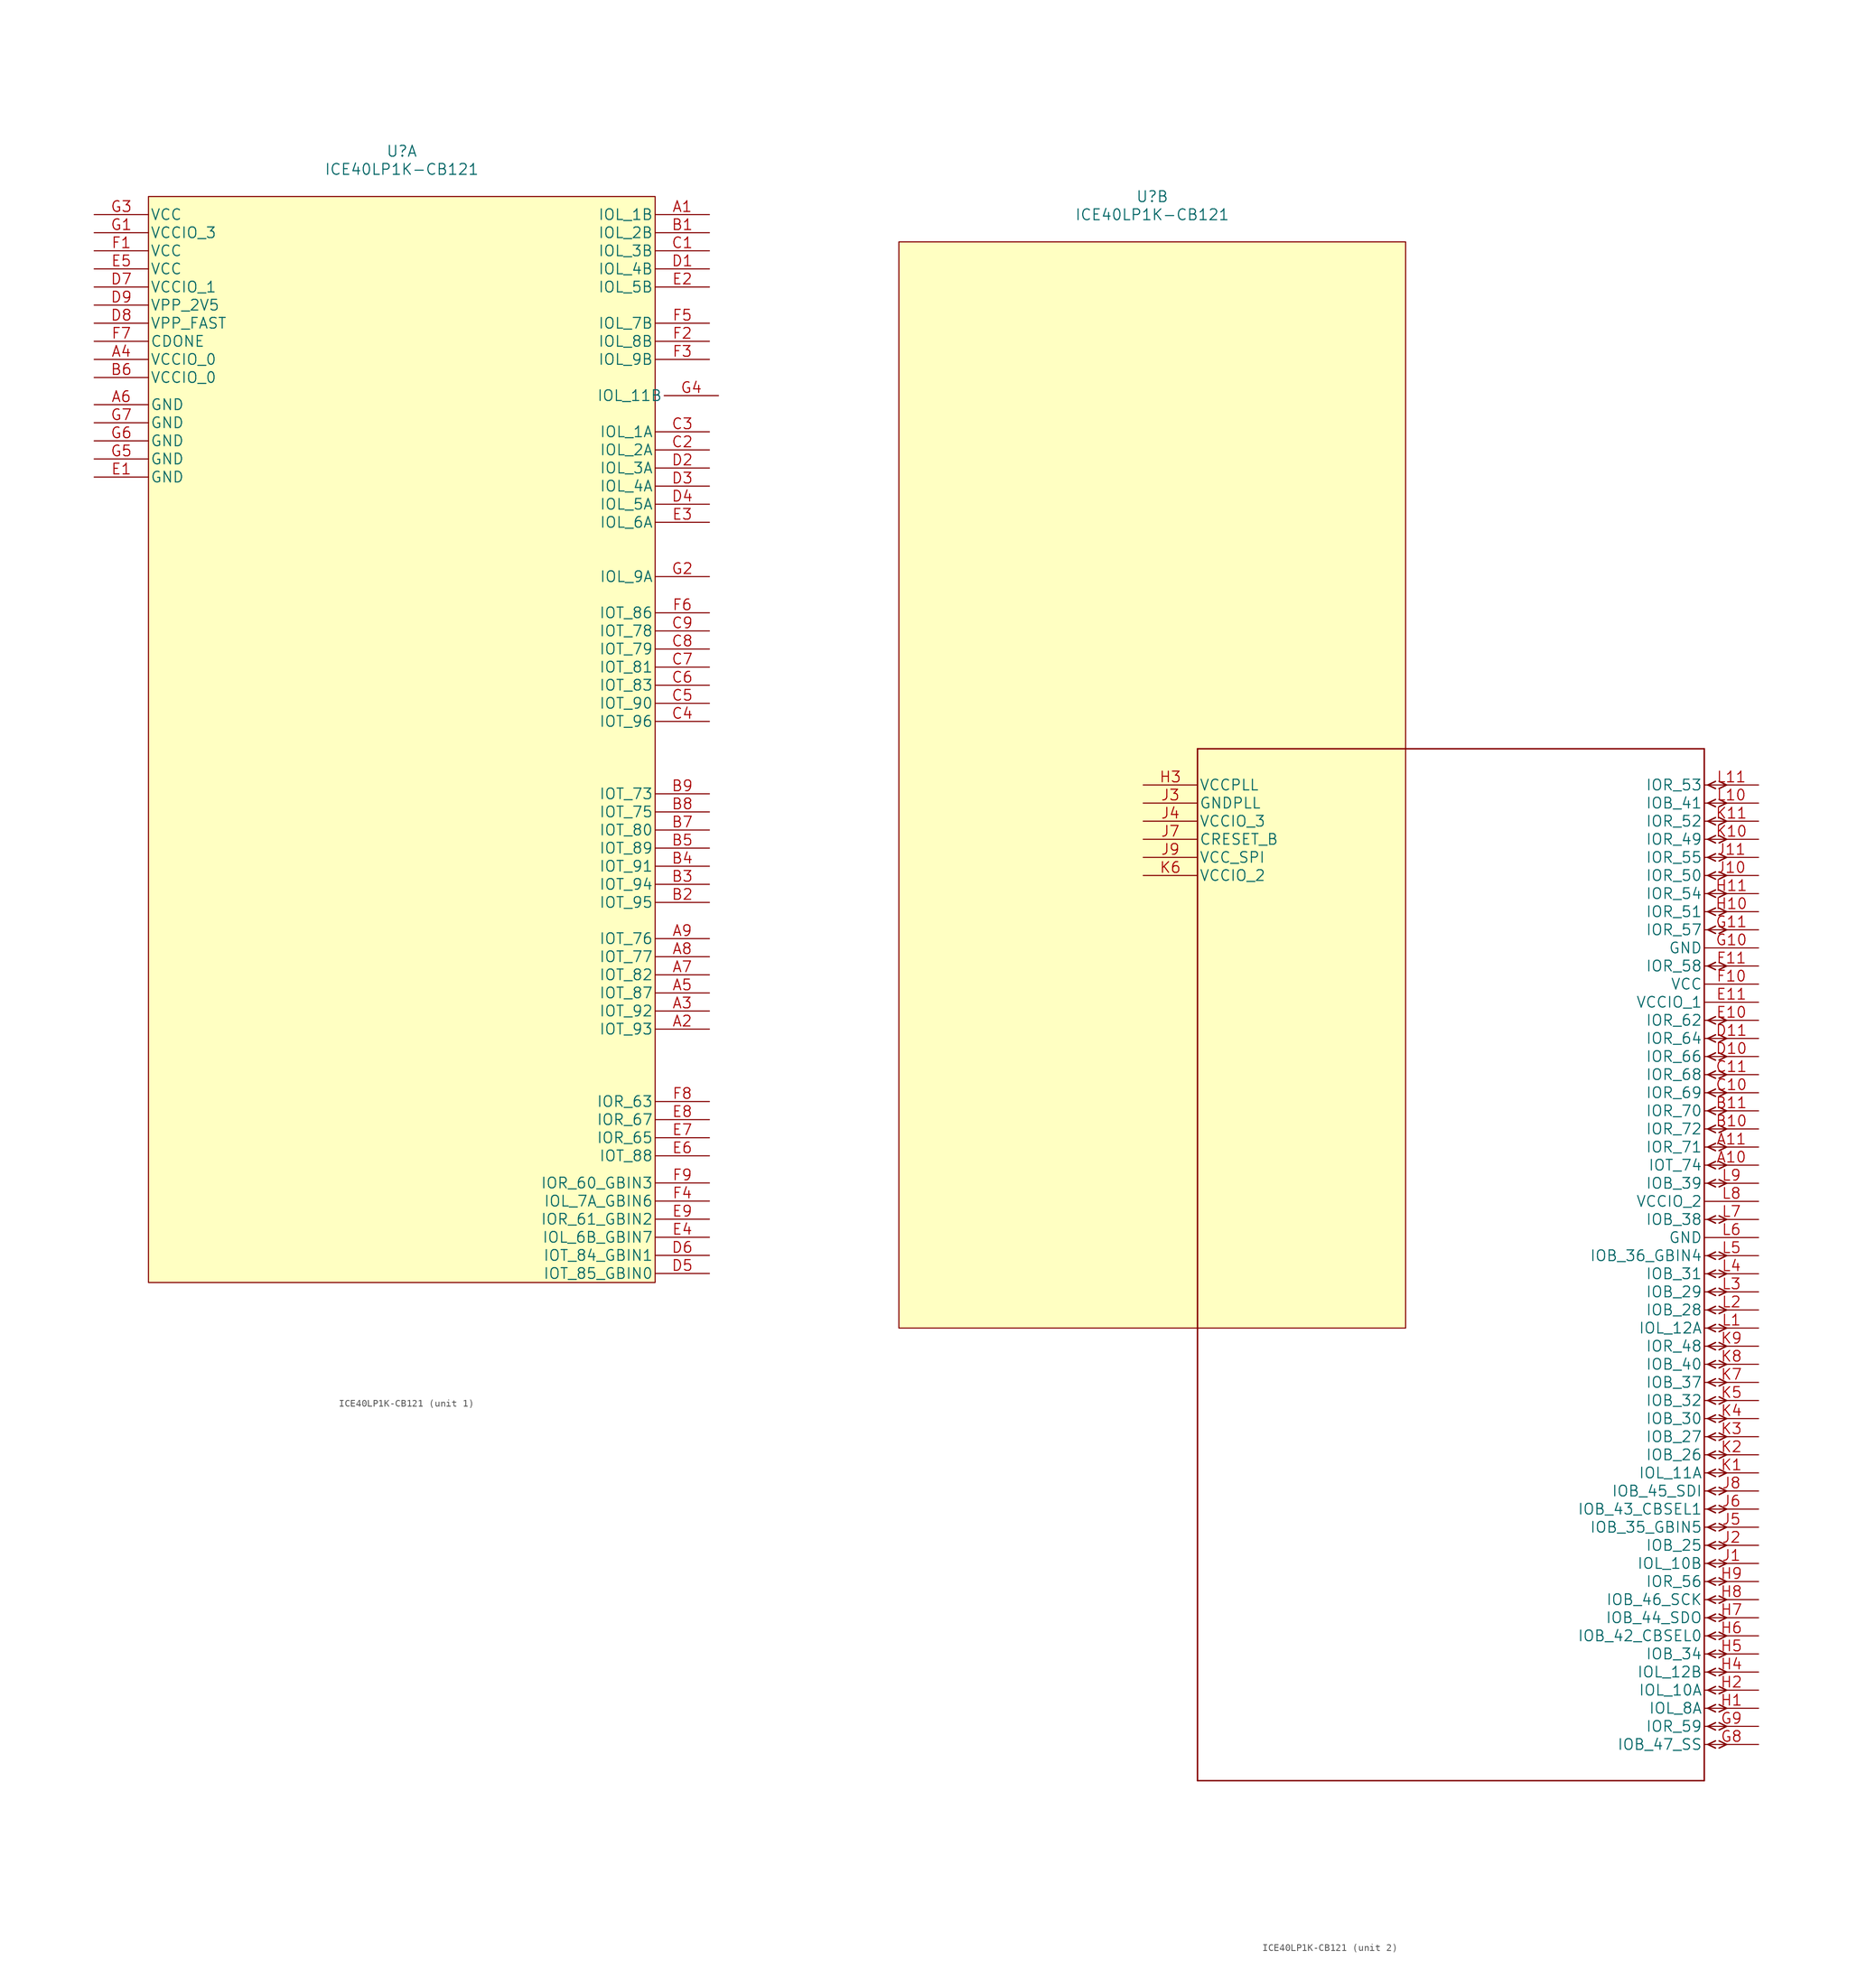
<source format=kicad_sym>
(kicad_symbol_lib
  (version 20220914)
  (generator kicad_symbol_editor)
  (symbol "ICE40LP1K-CB121"
    (pin_names
      (offset 0.254))
    (property "Reference" "U"
      (at 1.27 82.55 0)
      (effects (font (size 1.524 1.524))))
    (property "Value" "ICE40LP1K-CB121"
      (at 1.27 80.01 0)
      (effects (font (size 1.524 1.524))))
    (symbol "ICE40LP1K-CB121_0_1"
      (rectangle (start -34.29 76.2) (end 36.83 -76.2) (stroke (width 0) (type default)) (fill (type background))))
    (symbol "ICE40LP1K-CB121_1_1"
      (pin bidirectional line (at 44.45 73.66 180) (length 7.62) (name "IOL_1B" (effects (font (size 1.499 1.499)))) (number "A1" (effects (font (size 1.499 1.499)))))
      (pin bidirectional line (at 44.45 -40.64 180) (length 7.62) (name "IOT_93" (effects (font (size 1.499 1.499)))) (number "A2" (effects (font (size 1.499 1.499)))))
      (pin bidirectional line (at 44.45 -38.1 180) (length 7.62) (name "IOT_92" (effects (font (size 1.499 1.499)))) (number "A3" (effects (font (size 1.499 1.499)))))
      (pin power_in line (at -41.91 53.34 0) (length 7.62) (name "VCCIO_0" (effects (font (size 1.499 1.499)))) (number "A4" (effects (font (size 1.499 1.499)))))
      (pin bidirectional line (at 44.45 -35.56 180) (length 7.62) (name "IOT_87" (effects (font (size 1.499 1.499)))) (number "A5" (effects (font (size 1.499 1.499)))))
      (pin power_in line (at -41.91 46.99 0) (length 7.62) (name "GND" (effects (font (size 1.499 1.499)))) (number "A6" (effects (font (size 1.499 1.499)))))
      (pin bidirectional line (at 44.45 -33.02 180) (length 7.62) (name "IOT_82" (effects (font (size 1.499 1.499)))) (number "A7" (effects (font (size 1.499 1.499)))))
      (pin bidirectional line (at 44.45 -30.48 180) (length 7.62) (name "IOT_77" (effects (font (size 1.499 1.499)))) (number "A8" (effects (font (size 1.499 1.499)))))
      (pin bidirectional line (at 44.45 -27.94 180) (length 7.62) (name "IOT_76" (effects (font (size 1.499 1.499)))) (number "A9" (effects (font (size 1.499 1.499)))))
      (pin bidirectional line (at 44.45 71.12 180) (length 7.62) (name "IOL_2B" (effects (font (size 1.499 1.499)))) (number "B1" (effects (font (size 1.499 1.499)))))
      (pin bidirectional line (at 44.45 -22.86 180) (length 7.62) (name "IOT_95" (effects (font (size 1.499 1.499)))) (number "B2" (effects (font (size 1.499 1.499)))))
      (pin bidirectional line (at 44.45 -20.32 180) (length 7.62) (name "IOT_94" (effects (font (size 1.499 1.499)))) (number "B3" (effects (font (size 1.499 1.499)))))
      (pin bidirectional line (at 44.45 -17.78 180) (length 7.62) (name "IOT_91" (effects (font (size 1.499 1.499)))) (number "B4" (effects (font (size 1.499 1.499)))))
      (pin bidirectional line (at 44.45 -15.24 180) (length 7.62) (name "IOT_89" (effects (font (size 1.499 1.499)))) (number "B5" (effects (font (size 1.499 1.499)))))
      (pin power_in line (at -41.91 50.8 0) (length 7.62) (name "VCCIO_0" (effects (font (size 1.499 1.499)))) (number "B6" (effects (font (size 1.499 1.499)))))
      (pin bidirectional line (at 44.45 -12.7 180) (length 7.62) (name "IOT_80" (effects (font (size 1.499 1.499)))) (number "B7" (effects (font (size 1.499 1.499)))))
      (pin bidirectional line (at 44.45 -10.16 180) (length 7.62) (name "IOT_75" (effects (font (size 1.499 1.499)))) (number "B8" (effects (font (size 1.499 1.499)))))
      (pin bidirectional line (at 44.45 -7.62 180) (length 7.62) (name "IOT_73" (effects (font (size 1.499 1.499)))) (number "B9" (effects (font (size 1.499 1.499)))))
      (pin bidirectional line (at 44.45 68.58 180) (length 7.62) (name "IOL_3B" (effects (font (size 1.499 1.499)))) (number "C1" (effects (font (size 1.499 1.499)))))
      (pin bidirectional line (at 44.45 40.64 180) (length 7.62) (name "IOL_2A" (effects (font (size 1.499 1.499)))) (number "C2" (effects (font (size 1.499 1.499)))))
      (pin bidirectional line (at 44.45 43.18 180) (length 7.62) (name "IOL_1A" (effects (font (size 1.499 1.499)))) (number "C3" (effects (font (size 1.499 1.499)))))
      (pin bidirectional line (at 44.45 2.54 180) (length 7.62) (name "IOT_96" (effects (font (size 1.499 1.499)))) (number "C4" (effects (font (size 1.499 1.499)))))
      (pin bidirectional line (at 44.45 5.08 180) (length 7.62) (name "IOT_90" (effects (font (size 1.499 1.499)))) (number "C5" (effects (font (size 1.499 1.499)))))
      (pin bidirectional line (at 44.45 7.62 180) (length 7.62) (name "IOT_83" (effects (font (size 1.499 1.499)))) (number "C6" (effects (font (size 1.499 1.499)))))
      (pin bidirectional line (at 44.45 10.16 180) (length 7.62) (name "IOT_81" (effects (font (size 1.499 1.499)))) (number "C7" (effects (font (size 1.499 1.499)))))
      (pin bidirectional line (at 44.45 12.7 180) (length 7.62) (name "IOT_79" (effects (font (size 1.499 1.499)))) (number "C8" (effects (font (size 1.499 1.499)))))
      (pin bidirectional line (at 44.45 15.24 180) (length 7.62) (name "IOT_78" (effects (font (size 1.499 1.499)))) (number "C9" (effects (font (size 1.499 1.499)))))
      (pin bidirectional line (at 44.45 66.04 180) (length 7.62) (name "IOL_4B" (effects (font (size 1.499 1.499)))) (number "D1" (effects (font (size 1.499 1.499)))))
      (pin bidirectional line (at 44.45 38.1 180) (length 7.62) (name "IOL_3A" (effects (font (size 1.499 1.499)))) (number "D2" (effects (font (size 1.499 1.499)))))
      (pin bidirectional line (at 44.45 35.56 180) (length 7.62) (name "IOL_4A" (effects (font (size 1.499 1.499)))) (number "D3" (effects (font (size 1.499 1.499)))))
      (pin bidirectional line (at 44.45 33.02 180) (length 7.62) (name "IOL_5A" (effects (font (size 1.499 1.499)))) (number "D4" (effects (font (size 1.499 1.499)))))
      (pin bidirectional line (at 44.45 -74.93 180) (length 7.62) (name "IOT_85_GBIN0" (effects (font (size 1.499 1.499)))) (number "D5" (effects (font (size 1.499 1.499)))))
      (pin bidirectional line (at 44.45 -72.39 180) (length 7.62) (name "IOT_84_GBIN1" (effects (font (size 1.499 1.499)))) (number "D6" (effects (font (size 1.499 1.499)))))
      (pin power_in line (at -41.91 63.5 0) (length 7.62) (name "VCCIO_1" (effects (font (size 1.499 1.499)))) (number "D7" (effects (font (size 1.499 1.499)))))
      (pin power_in line (at -41.91 58.42 0) (length 7.62) (name "VPP_FAST" (effects (font (size 1.499 1.499)))) (number "D8" (effects (font (size 1.499 1.499)))))
      (pin power_in line (at -41.91 60.96 0) (length 7.62) (name "VPP_2V5" (effects (font (size 1.499 1.499)))) (number "D9" (effects (font (size 1.499 1.499)))))
      (pin power_in line (at -41.91 36.83 0) (length 7.62) (name "GND" (effects (font (size 1.499 1.499)))) (number "E1" (effects (font (size 1.499 1.499)))))
      (pin bidirectional line (at 44.45 63.5 180) (length 7.62) (name "IOL_5B" (effects (font (size 1.499 1.499)))) (number "E2" (effects (font (size 1.499 1.499)))))
      (pin bidirectional line (at 44.45 30.48 180) (length 7.62) (name "IOL_6A" (effects (font (size 1.499 1.499)))) (number "E3" (effects (font (size 1.499 1.499)))))
      (pin bidirectional line (at 44.45 -69.85 180) (length 7.62) (name "IOL_6B_GBIN7" (effects (font (size 1.499 1.499)))) (number "E4" (effects (font (size 1.499 1.499)))))
      (pin power_in line (at -41.91 66.04 0) (length 7.62) (name "VCC" (effects (font (size 1.499 1.499)))) (number "E5" (effects (font (size 1.499 1.499)))))
      (pin bidirectional line (at 44.45 -58.42 180) (length 7.62) (name "IOT_88" (effects (font (size 1.499 1.499)))) (number "E6" (effects (font (size 1.499 1.499)))))
      (pin bidirectional line (at 44.45 -55.88 180) (length 7.62) (name "IOR_65" (effects (font (size 1.499 1.499)))) (number "E7" (effects (font (size 1.499 1.499)))))
      (pin bidirectional line (at 44.45 -53.34 180) (length 7.62) (name "IOR_67" (effects (font (size 1.499 1.499)))) (number "E8" (effects (font (size 1.499 1.499)))))
      (pin bidirectional line (at 44.45 -67.31 180) (length 7.62) (name "IOR_61_GBIN2" (effects (font (size 1.499 1.499)))) (number "E9" (effects (font (size 1.499 1.499)))))
      (pin power_in line (at -41.91 68.58 0) (length 7.62) (name "VCC" (effects (font (size 1.499 1.499)))) (number "F1" (effects (font (size 1.499 1.499)))))
      (pin bidirectional line (at 44.45 55.88 180) (length 7.62) (name "IOL_8B" (effects (font (size 1.499 1.499)))) (number "F2" (effects (font (size 1.499 1.499)))))
      (pin bidirectional line (at 44.45 53.34 180) (length 7.62) (name "IOL_9B" (effects (font (size 1.499 1.499)))) (number "F3" (effects (font (size 1.499 1.499)))))
      (pin bidirectional line (at 44.45 -64.77 180) (length 7.62) (name "IOL_7A_GBIN6" (effects (font (size 1.499 1.499)))) (number "F4" (effects (font (size 1.499 1.499)))))
      (pin bidirectional line (at 44.45 58.42 180) (length 7.62) (name "IOL_7B" (effects (font (size 1.499 1.499)))) (number "F5" (effects (font (size 1.499 1.499)))))
      (pin bidirectional line (at 44.45 17.78 180) (length 7.62) (name "IOT_86" (effects (font (size 1.499 1.499)))) (number "F6" (effects (font (size 1.499 1.499)))))
      (pin unspecified line (at -41.91 55.88 0) (length 7.62) (name "CDONE" (effects (font (size 1.499 1.499)))) (number "F7" (effects (font (size 1.499 1.499)))))
      (pin bidirectional line (at 44.45 -50.8 180) (length 7.62) (name "IOR_63" (effects (font (size 1.499 1.499)))) (number "F8" (effects (font (size 1.499 1.499)))))
      (pin bidirectional line (at 44.45 -62.23 180) (length 7.62) (name "IOR_60_GBIN3" (effects (font (size 1.499 1.499)))) (number "F9" (effects (font (size 1.499 1.499)))))
      (pin power_in line (at -41.91 71.12 0) (length 7.62) (name "VCCIO_3" (effects (font (size 1.499 1.499)))) (number "G1" (effects (font (size 1.499 1.499)))))
      (pin bidirectional line (at 44.45 22.86 180) (length 7.62) (name "IOL_9A" (effects (font (size 1.499 1.499)))) (number "G2" (effects (font (size 1.499 1.499)))))
      (pin power_in line (at -41.91 73.66 0) (length 7.62) (name "VCC" (effects (font (size 1.499 1.499)))) (number "G3" (effects (font (size 1.499 1.499)))))
      (pin bidirectional line (at 45.72 48.26 180) (length 7.62) (name "IOL_11B" (effects (font (size 1.499 1.499)))) (number "G4" (effects (font (size 1.499 1.499)))))
      (pin power_in line (at -41.91 39.37 0) (length 7.62) (name "GND" (effects (font (size 1.499 1.499)))) (number "G5" (effects (font (size 1.499 1.499)))))
      (pin power_in line (at -41.91 41.91 0) (length 7.62) (name "GND" (effects (font (size 1.499 1.499)))) (number "G6" (effects (font (size 1.499 1.499)))))
      (pin power_in line (at -41.91 44.45 0) (length 7.62) (name "GND" (effects (font (size 1.499 1.499)))) (number "G7" (effects (font (size 1.499 1.499))))))
    (symbol "ICE40LP1K-CB121_2_1"
      (polyline (pts (xy 7.62 -139.7) (xy 78.74 -139.7)) (stroke (width 0.203) (type solid)) (fill (type none)))
      (polyline (pts (xy 7.62 5.08) (xy 7.62 -139.7)) (stroke (width 0.203) (type solid)) (fill (type none)))
      (polyline (pts (xy 78.74 -139.7) (xy 78.74 5.08)) (stroke (width 0.203) (type solid)) (fill (type none)))
      (polyline (pts (xy 78.74 5.08) (xy 7.62 5.08)) (stroke (width 0.203) (type solid)) (fill (type none)))
      (polyline (pts (xy 79.248 -134.62) (xy 80.315 -135.128)) (stroke (width 0.203) (type solid)) (fill (type none)))
      (polyline (pts (xy 79.248 -134.62) (xy 80.315 -134.112)) (stroke (width 0.203) (type solid)) (fill (type none)))
      (polyline (pts (xy 79.248 -132.08) (xy 80.315 -132.588)) (stroke (width 0.203) (type solid)) (fill (type none)))
      (polyline (pts (xy 79.248 -132.08) (xy 80.315 -131.572)) (stroke (width 0.203) (type solid)) (fill (type none)))
      (polyline (pts (xy 79.248 -129.54) (xy 80.315 -130.048)) (stroke (width 0.203) (type solid)) (fill (type none)))
      (polyline (pts (xy 79.248 -129.54) (xy 80.315 -129.032)) (stroke (width 0.203) (type solid)) (fill (type none)))
      (polyline (pts (xy 79.248 -127) (xy 80.315 -127.508)) (stroke (width 0.203) (type solid)) (fill (type none)))
      (polyline (pts (xy 79.248 -127) (xy 80.315 -126.492)) (stroke (width 0.203) (type solid)) (fill (type none)))
      (polyline (pts (xy 79.248 -124.46) (xy 80.315 -124.968)) (stroke (width 0.203) (type solid)) (fill (type none)))
      (polyline (pts (xy 79.248 -124.46) (xy 80.315 -123.952)) (stroke (width 0.203) (type solid)) (fill (type none)))
      (polyline (pts (xy 79.248 -121.92) (xy 80.315 -122.428)) (stroke (width 0.203) (type solid)) (fill (type none)))
      (polyline (pts (xy 79.248 -121.92) (xy 80.315 -121.412)) (stroke (width 0.203) (type solid)) (fill (type none)))
      (polyline (pts (xy 79.248 -119.38) (xy 80.315 -119.888)) (stroke (width 0.203) (type solid)) (fill (type none)))
      (polyline (pts (xy 79.248 -119.38) (xy 80.315 -118.872)) (stroke (width 0.203) (type solid)) (fill (type none)))
      (polyline (pts (xy 79.248 -116.84) (xy 80.315 -117.348)) (stroke (width 0.203) (type solid)) (fill (type none)))
      (polyline (pts (xy 79.248 -116.84) (xy 80.315 -116.332)) (stroke (width 0.203) (type solid)) (fill (type none)))
      (polyline (pts (xy 79.248 -114.3) (xy 80.315 -114.808)) (stroke (width 0.203) (type solid)) (fill (type none)))
      (polyline (pts (xy 79.248 -114.3) (xy 80.315 -113.792)) (stroke (width 0.203) (type solid)) (fill (type none)))
      (polyline (pts (xy 79.248 -111.76) (xy 80.315 -112.268)) (stroke (width 0.203) (type solid)) (fill (type none)))
      (polyline (pts (xy 79.248 -111.76) (xy 80.315 -111.252)) (stroke (width 0.203) (type solid)) (fill (type none)))
      (polyline (pts (xy 79.248 -109.22) (xy 80.315 -109.728)) (stroke (width 0.203) (type solid)) (fill (type none)))
      (polyline (pts (xy 79.248 -109.22) (xy 80.315 -108.712)) (stroke (width 0.203) (type solid)) (fill (type none)))
      (polyline (pts (xy 79.248 -106.68) (xy 80.315 -107.188)) (stroke (width 0.203) (type solid)) (fill (type none)))
      (polyline (pts (xy 79.248 -106.68) (xy 80.315 -106.172)) (stroke (width 0.203) (type solid)) (fill (type none)))
      (polyline (pts (xy 79.248 -104.14) (xy 80.315 -104.648)) (stroke (width 0.203) (type solid)) (fill (type none)))
      (polyline (pts (xy 79.248 -104.14) (xy 80.315 -103.632)) (stroke (width 0.203) (type solid)) (fill (type none)))
      (polyline (pts (xy 79.248 -101.6) (xy 80.315 -102.108)) (stroke (width 0.203) (type solid)) (fill (type none)))
      (polyline (pts (xy 79.248 -101.6) (xy 80.315 -101.092)) (stroke (width 0.203) (type solid)) (fill (type none)))
      (polyline (pts (xy 79.248 -99.06) (xy 80.315 -99.568)) (stroke (width 0.203) (type solid)) (fill (type none)))
      (polyline (pts (xy 79.248 -99.06) (xy 80.315 -98.552)) (stroke (width 0.203) (type solid)) (fill (type none)))
      (polyline (pts (xy 79.248 -96.52) (xy 80.315 -97.028)) (stroke (width 0.203) (type solid)) (fill (type none)))
      (polyline (pts (xy 79.248 -96.52) (xy 80.315 -96.012)) (stroke (width 0.203) (type solid)) (fill (type none)))
      (polyline (pts (xy 79.248 -93.98) (xy 80.315 -94.488)) (stroke (width 0.203) (type solid)) (fill (type none)))
      (polyline (pts (xy 79.248 -93.98) (xy 80.315 -93.472)) (stroke (width 0.203) (type solid)) (fill (type none)))
      (polyline (pts (xy 79.248 -91.44) (xy 80.315 -91.948)) (stroke (width 0.203) (type solid)) (fill (type none)))
      (polyline (pts (xy 79.248 -91.44) (xy 80.315 -90.932)) (stroke (width 0.203) (type solid)) (fill (type none)))
      (polyline (pts (xy 79.248 -88.9) (xy 80.315 -89.408)) (stroke (width 0.203) (type solid)) (fill (type none)))
      (polyline (pts (xy 79.248 -88.9) (xy 80.315 -88.392)) (stroke (width 0.203) (type solid)) (fill (type none)))
      (polyline (pts (xy 79.248 -86.36) (xy 80.315 -86.868)) (stroke (width 0.203) (type solid)) (fill (type none)))
      (polyline (pts (xy 79.248 -86.36) (xy 80.315 -85.852)) (stroke (width 0.203) (type solid)) (fill (type none)))
      (polyline (pts (xy 79.248 -83.82) (xy 80.315 -84.328)) (stroke (width 0.203) (type solid)) (fill (type none)))
      (polyline (pts (xy 79.248 -83.82) (xy 80.315 -83.312)) (stroke (width 0.203) (type solid)) (fill (type none)))
      (polyline (pts (xy 79.248 -81.28) (xy 80.315 -81.788)) (stroke (width 0.203) (type solid)) (fill (type none)))
      (polyline (pts (xy 79.248 -81.28) (xy 80.315 -80.772)) (stroke (width 0.203) (type solid)) (fill (type none)))
      (polyline (pts (xy 79.248 -78.74) (xy 80.315 -79.248)) (stroke (width 0.203) (type solid)) (fill (type none)))
      (polyline (pts (xy 79.248 -78.74) (xy 80.315 -78.232)) (stroke (width 0.203) (type solid)) (fill (type none)))
      (polyline (pts (xy 79.248 -76.2) (xy 80.315 -76.708)) (stroke (width 0.203) (type solid)) (fill (type none)))
      (polyline (pts (xy 79.248 -76.2) (xy 80.315 -75.692)) (stroke (width 0.203) (type solid)) (fill (type none)))
      (polyline (pts (xy 79.248 -73.66) (xy 80.315 -74.168)) (stroke (width 0.203) (type solid)) (fill (type none)))
      (polyline (pts (xy 79.248 -73.66) (xy 80.315 -73.152)) (stroke (width 0.203) (type solid)) (fill (type none)))
      (polyline (pts (xy 79.248 -71.12) (xy 80.315 -71.628)) (stroke (width 0.203) (type solid)) (fill (type none)))
      (polyline (pts (xy 79.248 -71.12) (xy 80.315 -70.612)) (stroke (width 0.203) (type solid)) (fill (type none)))
      (polyline (pts (xy 79.248 -68.58) (xy 80.315 -69.088)) (stroke (width 0.203) (type solid)) (fill (type none)))
      (polyline (pts (xy 79.248 -68.58) (xy 80.315 -68.072)) (stroke (width 0.203) (type solid)) (fill (type none)))
      (polyline (pts (xy 79.248 -66.04) (xy 80.315 -66.548)) (stroke (width 0.203) (type solid)) (fill (type none)))
      (polyline (pts (xy 79.248 -66.04) (xy 80.315 -65.532)) (stroke (width 0.203) (type solid)) (fill (type none)))
      (polyline (pts (xy 79.248 -60.96) (xy 80.315 -61.468)) (stroke (width 0.203) (type solid)) (fill (type none)))
      (polyline (pts (xy 79.248 -60.96) (xy 80.315 -60.452)) (stroke (width 0.203) (type solid)) (fill (type none)))
      (polyline (pts (xy 79.248 -55.88) (xy 80.315 -56.388)) (stroke (width 0.203) (type solid)) (fill (type none)))
      (polyline (pts (xy 79.248 -55.88) (xy 80.315 -55.372)) (stroke (width 0.203) (type solid)) (fill (type none)))
      (polyline (pts (xy 79.248 -53.34) (xy 80.315 -53.848)) (stroke (width 0.203) (type solid)) (fill (type none)))
      (polyline (pts (xy 79.248 -53.34) (xy 80.315 -52.832)) (stroke (width 0.203) (type solid)) (fill (type none)))
      (polyline (pts (xy 79.248 -50.8) (xy 80.315 -51.308)) (stroke (width 0.203) (type solid)) (fill (type none)))
      (polyline (pts (xy 79.248 -50.8) (xy 80.315 -50.292)) (stroke (width 0.203) (type solid)) (fill (type none)))
      (polyline (pts (xy 79.248 -48.26) (xy 80.315 -48.768)) (stroke (width 0.203) (type solid)) (fill (type none)))
      (polyline (pts (xy 79.248 -48.26) (xy 80.315 -47.752)) (stroke (width 0.203) (type solid)) (fill (type none)))
      (polyline (pts (xy 79.248 -45.72) (xy 80.315 -46.228)) (stroke (width 0.203) (type solid)) (fill (type none)))
      (polyline (pts (xy 79.248 -45.72) (xy 80.315 -45.212)) (stroke (width 0.203) (type solid)) (fill (type none)))
      (polyline (pts (xy 79.248 -43.18) (xy 80.315 -43.688)) (stroke (width 0.203) (type solid)) (fill (type none)))
      (polyline (pts (xy 79.248 -43.18) (xy 80.315 -42.672)) (stroke (width 0.203) (type solid)) (fill (type none)))
      (polyline (pts (xy 79.248 -40.64) (xy 80.315 -41.148)) (stroke (width 0.203) (type solid)) (fill (type none)))
      (polyline (pts (xy 79.248 -40.64) (xy 80.315 -40.132)) (stroke (width 0.203) (type solid)) (fill (type none)))
      (polyline (pts (xy 79.248 -38.1) (xy 80.315 -38.608)) (stroke (width 0.203) (type solid)) (fill (type none)))
      (polyline (pts (xy 79.248 -38.1) (xy 80.315 -37.592)) (stroke (width 0.203) (type solid)) (fill (type none)))
      (polyline (pts (xy 79.248 -35.56) (xy 80.315 -36.068)) (stroke (width 0.203) (type solid)) (fill (type none)))
      (polyline (pts (xy 79.248 -35.56) (xy 80.315 -35.052)) (stroke (width 0.203) (type solid)) (fill (type none)))
      (polyline (pts (xy 79.248 -33.02) (xy 80.315 -33.528)) (stroke (width 0.203) (type solid)) (fill (type none)))
      (polyline (pts (xy 79.248 -33.02) (xy 80.315 -32.512)) (stroke (width 0.203) (type solid)) (fill (type none)))
      (polyline (pts (xy 79.248 -25.4) (xy 80.315 -25.908)) (stroke (width 0.203) (type solid)) (fill (type none)))
      (polyline (pts (xy 79.248 -25.4) (xy 80.315 -24.892)) (stroke (width 0.203) (type solid)) (fill (type none)))
      (polyline (pts (xy 79.248 -20.32) (xy 80.315 -20.828)) (stroke (width 0.203) (type solid)) (fill (type none)))
      (polyline (pts (xy 79.248 -20.32) (xy 80.315 -19.812)) (stroke (width 0.203) (type solid)) (fill (type none)))
      (polyline (pts (xy 79.248 -17.78) (xy 80.315 -18.288)) (stroke (width 0.203) (type solid)) (fill (type none)))
      (polyline (pts (xy 79.248 -17.78) (xy 80.315 -17.272)) (stroke (width 0.203) (type solid)) (fill (type none)))
      (polyline (pts (xy 79.248 -15.24) (xy 80.315 -15.748)) (stroke (width 0.203) (type solid)) (fill (type none)))
      (polyline (pts (xy 79.248 -15.24) (xy 80.315 -14.732)) (stroke (width 0.203) (type solid)) (fill (type none)))
      (polyline (pts (xy 79.248 -12.7) (xy 80.315 -13.208)) (stroke (width 0.203) (type solid)) (fill (type none)))
      (polyline (pts (xy 79.248 -12.7) (xy 80.315 -12.192)) (stroke (width 0.203) (type solid)) (fill (type none)))
      (polyline (pts (xy 79.248 -10.16) (xy 80.315 -10.668)) (stroke (width 0.203) (type solid)) (fill (type none)))
      (polyline (pts (xy 79.248 -10.16) (xy 80.315 -9.652)) (stroke (width 0.203) (type solid)) (fill (type none)))
      (polyline (pts (xy 79.248 -7.62) (xy 80.315 -8.128)) (stroke (width 0.203) (type solid)) (fill (type none)))
      (polyline (pts (xy 79.248 -7.62) (xy 80.315 -7.112)) (stroke (width 0.203) (type solid)) (fill (type none)))
      (polyline (pts (xy 79.248 -5.08) (xy 80.315 -5.588)) (stroke (width 0.203) (type solid)) (fill (type none)))
      (polyline (pts (xy 79.248 -5.08) (xy 80.315 -4.572)) (stroke (width 0.203) (type solid)) (fill (type none)))
      (polyline (pts (xy 79.248 -2.54) (xy 80.315 -3.048)) (stroke (width 0.203) (type solid)) (fill (type none)))
      (polyline (pts (xy 79.248 -2.54) (xy 80.315 -2.032)) (stroke (width 0.203) (type solid)) (fill (type none)))
      (polyline (pts (xy 79.248 0) (xy 80.315 -0.508)) (stroke (width 0.203) (type solid)) (fill (type none)))
      (polyline (pts (xy 79.248 0) (xy 80.315 0.508)) (stroke (width 0.203) (type solid)) (fill (type none)))
      (polyline (pts (xy 80.823 -135.128) (xy 81.864 -134.62)) (stroke (width 0.203) (type solid)) (fill (type none)))
      (polyline (pts (xy 80.823 -134.112) (xy 81.864 -134.62)) (stroke (width 0.203) (type solid)) (fill (type none)))
      (polyline (pts (xy 80.823 -132.588) (xy 81.864 -132.08)) (stroke (width 0.203) (type solid)) (fill (type none)))
      (polyline (pts (xy 80.823 -131.572) (xy 81.864 -132.08)) (stroke (width 0.203) (type solid)) (fill (type none)))
      (polyline (pts (xy 80.823 -130.048) (xy 81.864 -129.54)) (stroke (width 0.203) (type solid)) (fill (type none)))
      (polyline (pts (xy 80.823 -129.032) (xy 81.864 -129.54)) (stroke (width 0.203) (type solid)) (fill (type none)))
      (polyline (pts (xy 80.823 -127.508) (xy 81.864 -127)) (stroke (width 0.203) (type solid)) (fill (type none)))
      (polyline (pts (xy 80.823 -126.492) (xy 81.864 -127)) (stroke (width 0.203) (type solid)) (fill (type none)))
      (polyline (pts (xy 80.823 -124.968) (xy 81.864 -124.46)) (stroke (width 0.203) (type solid)) (fill (type none)))
      (polyline (pts (xy 80.823 -123.952) (xy 81.864 -124.46)) (stroke (width 0.203) (type solid)) (fill (type none)))
      (polyline (pts (xy 80.823 -122.428) (xy 81.864 -121.92)) (stroke (width 0.203) (type solid)) (fill (type none)))
      (polyline (pts (xy 80.823 -121.412) (xy 81.864 -121.92)) (stroke (width 0.203) (type solid)) (fill (type none)))
      (polyline (pts (xy 80.823 -119.888) (xy 81.864 -119.38)) (stroke (width 0.203) (type solid)) (fill (type none)))
      (polyline (pts (xy 80.823 -118.872) (xy 81.864 -119.38)) (stroke (width 0.203) (type solid)) (fill (type none)))
      (polyline (pts (xy 80.823 -117.348) (xy 81.864 -116.84)) (stroke (width 0.203) (type solid)) (fill (type none)))
      (polyline (pts (xy 80.823 -116.332) (xy 81.864 -116.84)) (stroke (width 0.203) (type solid)) (fill (type none)))
      (polyline (pts (xy 80.823 -114.808) (xy 81.864 -114.3)) (stroke (width 0.203) (type solid)) (fill (type none)))
      (polyline (pts (xy 80.823 -113.792) (xy 81.864 -114.3)) (stroke (width 0.203) (type solid)) (fill (type none)))
      (polyline (pts (xy 80.823 -112.268) (xy 81.864 -111.76)) (stroke (width 0.203) (type solid)) (fill (type none)))
      (polyline (pts (xy 80.823 -111.252) (xy 81.864 -111.76)) (stroke (width 0.203) (type solid)) (fill (type none)))
      (polyline (pts (xy 80.823 -109.728) (xy 81.864 -109.22)) (stroke (width 0.203) (type solid)) (fill (type none)))
      (polyline (pts (xy 80.823 -108.712) (xy 81.864 -109.22)) (stroke (width 0.203) (type solid)) (fill (type none)))
      (polyline (pts (xy 80.823 -107.188) (xy 81.864 -106.68)) (stroke (width 0.203) (type solid)) (fill (type none)))
      (polyline (pts (xy 80.823 -106.172) (xy 81.864 -106.68)) (stroke (width 0.203) (type solid)) (fill (type none)))
      (polyline (pts (xy 80.823 -104.648) (xy 81.864 -104.14)) (stroke (width 0.203) (type solid)) (fill (type none)))
      (polyline (pts (xy 80.823 -103.632) (xy 81.864 -104.14)) (stroke (width 0.203) (type solid)) (fill (type none)))
      (polyline (pts (xy 80.823 -102.108) (xy 81.864 -101.6)) (stroke (width 0.203) (type solid)) (fill (type none)))
      (polyline (pts (xy 80.823 -101.092) (xy 81.864 -101.6)) (stroke (width 0.203) (type solid)) (fill (type none)))
      (polyline (pts (xy 80.823 -99.568) (xy 81.864 -99.06)) (stroke (width 0.203) (type solid)) (fill (type none)))
      (polyline (pts (xy 80.823 -98.552) (xy 81.864 -99.06)) (stroke (width 0.203) (type solid)) (fill (type none)))
      (polyline (pts (xy 80.823 -97.028) (xy 81.864 -96.52)) (stroke (width 0.203) (type solid)) (fill (type none)))
      (polyline (pts (xy 80.823 -96.012) (xy 81.864 -96.52)) (stroke (width 0.203) (type solid)) (fill (type none)))
      (polyline (pts (xy 80.823 -94.488) (xy 81.864 -93.98)) (stroke (width 0.203) (type solid)) (fill (type none)))
      (polyline (pts (xy 80.823 -93.472) (xy 81.864 -93.98)) (stroke (width 0.203) (type solid)) (fill (type none)))
      (polyline (pts (xy 80.823 -91.948) (xy 81.864 -91.44)) (stroke (width 0.203) (type solid)) (fill (type none)))
      (polyline (pts (xy 80.823 -90.932) (xy 81.864 -91.44)) (stroke (width 0.203) (type solid)) (fill (type none)))
      (polyline (pts (xy 80.823 -89.408) (xy 81.864 -88.9)) (stroke (width 0.203) (type solid)) (fill (type none)))
      (polyline (pts (xy 80.823 -88.392) (xy 81.864 -88.9)) (stroke (width 0.203) (type solid)) (fill (type none)))
      (polyline (pts (xy 80.823 -86.868) (xy 81.864 -86.36)) (stroke (width 0.203) (type solid)) (fill (type none)))
      (polyline (pts (xy 80.823 -85.852) (xy 81.864 -86.36)) (stroke (width 0.203) (type solid)) (fill (type none)))
      (polyline (pts (xy 80.823 -84.328) (xy 81.864 -83.82)) (stroke (width 0.203) (type solid)) (fill (type none)))
      (polyline (pts (xy 80.823 -83.312) (xy 81.864 -83.82)) (stroke (width 0.203) (type solid)) (fill (type none)))
      (polyline (pts (xy 80.823 -81.788) (xy 81.864 -81.28)) (stroke (width 0.203) (type solid)) (fill (type none)))
      (polyline (pts (xy 80.823 -80.772) (xy 81.864 -81.28)) (stroke (width 0.203) (type solid)) (fill (type none)))
      (polyline (pts (xy 80.823 -79.248) (xy 81.864 -78.74)) (stroke (width 0.203) (type solid)) (fill (type none)))
      (polyline (pts (xy 80.823 -78.232) (xy 81.864 -78.74)) (stroke (width 0.203) (type solid)) (fill (type none)))
      (polyline (pts (xy 80.823 -76.708) (xy 81.864 -76.2)) (stroke (width 0.203) (type solid)) (fill (type none)))
      (polyline (pts (xy 80.823 -75.692) (xy 81.864 -76.2)) (stroke (width 0.203) (type solid)) (fill (type none)))
      (polyline (pts (xy 80.823 -74.168) (xy 81.864 -73.66)) (stroke (width 0.203) (type solid)) (fill (type none)))
      (polyline (pts (xy 80.823 -73.152) (xy 81.864 -73.66)) (stroke (width 0.203) (type solid)) (fill (type none)))
      (polyline (pts (xy 80.823 -71.628) (xy 81.864 -71.12)) (stroke (width 0.203) (type solid)) (fill (type none)))
      (polyline (pts (xy 80.823 -70.612) (xy 81.864 -71.12)) (stroke (width 0.203) (type solid)) (fill (type none)))
      (polyline (pts (xy 80.823 -69.088) (xy 81.864 -68.58)) (stroke (width 0.203) (type solid)) (fill (type none)))
      (polyline (pts (xy 80.823 -68.072) (xy 81.864 -68.58)) (stroke (width 0.203) (type solid)) (fill (type none)))
      (polyline (pts (xy 80.823 -66.548) (xy 81.864 -66.04)) (stroke (width 0.203) (type solid)) (fill (type none)))
      (polyline (pts (xy 80.823 -65.532) (xy 81.864 -66.04)) (stroke (width 0.203) (type solid)) (fill (type none)))
      (polyline (pts (xy 80.823 -61.468) (xy 81.864 -60.96)) (stroke (width 0.203) (type solid)) (fill (type none)))
      (polyline (pts (xy 80.823 -60.452) (xy 81.864 -60.96)) (stroke (width 0.203) (type solid)) (fill (type none)))
      (polyline (pts (xy 80.823 -56.388) (xy 81.864 -55.88)) (stroke (width 0.203) (type solid)) (fill (type none)))
      (polyline (pts (xy 80.823 -55.372) (xy 81.864 -55.88)) (stroke (width 0.203) (type solid)) (fill (type none)))
      (polyline (pts (xy 80.823 -53.848) (xy 81.864 -53.34)) (stroke (width 0.203) (type solid)) (fill (type none)))
      (polyline (pts (xy 80.823 -52.832) (xy 81.864 -53.34)) (stroke (width 0.203) (type solid)) (fill (type none)))
      (polyline (pts (xy 80.823 -51.308) (xy 81.864 -50.8)) (stroke (width 0.203) (type solid)) (fill (type none)))
      (polyline (pts (xy 80.823 -50.292) (xy 81.864 -50.8)) (stroke (width 0.203) (type solid)) (fill (type none)))
      (polyline (pts (xy 80.823 -48.768) (xy 81.864 -48.26)) (stroke (width 0.203) (type solid)) (fill (type none)))
      (polyline (pts (xy 80.823 -47.752) (xy 81.864 -48.26)) (stroke (width 0.203) (type solid)) (fill (type none)))
      (polyline (pts (xy 80.823 -46.228) (xy 81.864 -45.72)) (stroke (width 0.203) (type solid)) (fill (type none)))
      (polyline (pts (xy 80.823 -45.212) (xy 81.864 -45.72)) (stroke (width 0.203) (type solid)) (fill (type none)))
      (polyline (pts (xy 80.823 -43.688) (xy 81.864 -43.18)) (stroke (width 0.203) (type solid)) (fill (type none)))
      (polyline (pts (xy 80.823 -42.672) (xy 81.864 -43.18)) (stroke (width 0.203) (type solid)) (fill (type none)))
      (polyline (pts (xy 80.823 -41.148) (xy 81.864 -40.64)) (stroke (width 0.203) (type solid)) (fill (type none)))
      (polyline (pts (xy 80.823 -40.132) (xy 81.864 -40.64)) (stroke (width 0.203) (type solid)) (fill (type none)))
      (polyline (pts (xy 80.823 -38.608) (xy 81.864 -38.1)) (stroke (width 0.203) (type solid)) (fill (type none)))
      (polyline (pts (xy 80.823 -37.592) (xy 81.864 -38.1)) (stroke (width 0.203) (type solid)) (fill (type none)))
      (polyline (pts (xy 80.823 -36.068) (xy 81.864 -35.56)) (stroke (width 0.203) (type solid)) (fill (type none)))
      (polyline (pts (xy 80.823 -35.052) (xy 81.864 -35.56)) (stroke (width 0.203) (type solid)) (fill (type none)))
      (polyline (pts (xy 80.823 -33.528) (xy 81.864 -33.02)) (stroke (width 0.203) (type solid)) (fill (type none)))
      (polyline (pts (xy 80.823 -32.512) (xy 81.864 -33.02)) (stroke (width 0.203) (type solid)) (fill (type none)))
      (polyline (pts (xy 80.823 -25.908) (xy 81.864 -25.4)) (stroke (width 0.203) (type solid)) (fill (type none)))
      (polyline (pts (xy 80.823 -24.892) (xy 81.864 -25.4)) (stroke (width 0.203) (type solid)) (fill (type none)))
      (polyline (pts (xy 80.823 -20.828) (xy 81.864 -20.32)) (stroke (width 0.203) (type solid)) (fill (type none)))
      (polyline (pts (xy 80.823 -19.812) (xy 81.864 -20.32)) (stroke (width 0.203) (type solid)) (fill (type none)))
      (polyline (pts (xy 80.823 -18.288) (xy 81.864 -17.78)) (stroke (width 0.203) (type solid)) (fill (type none)))
      (polyline (pts (xy 80.823 -17.272) (xy 81.864 -17.78)) (stroke (width 0.203) (type solid)) (fill (type none)))
      (polyline (pts (xy 80.823 -15.748) (xy 81.864 -15.24)) (stroke (width 0.203) (type solid)) (fill (type none)))
      (polyline (pts (xy 80.823 -14.732) (xy 81.864 -15.24)) (stroke (width 0.203) (type solid)) (fill (type none)))
      (polyline (pts (xy 80.823 -13.208) (xy 81.864 -12.7)) (stroke (width 0.203) (type solid)) (fill (type none)))
      (polyline (pts (xy 80.823 -12.192) (xy 81.864 -12.7)) (stroke (width 0.203) (type solid)) (fill (type none)))
      (polyline (pts (xy 80.823 -10.668) (xy 81.864 -10.16)) (stroke (width 0.203) (type solid)) (fill (type none)))
      (polyline (pts (xy 80.823 -9.652) (xy 81.864 -10.16)) (stroke (width 0.203) (type solid)) (fill (type none)))
      (polyline (pts (xy 80.823 -8.128) (xy 81.864 -7.62)) (stroke (width 0.203) (type solid)) (fill (type none)))
      (polyline (pts (xy 80.823 -7.112) (xy 81.864 -7.62)) (stroke (width 0.203) (type solid)) (fill (type none)))
      (polyline (pts (xy 80.823 -5.588) (xy 81.864 -5.08)) (stroke (width 0.203) (type solid)) (fill (type none)))
      (polyline (pts (xy 80.823 -4.572) (xy 81.864 -5.08)) (stroke (width 0.203) (type solid)) (fill (type none)))
      (polyline (pts (xy 80.823 -3.048) (xy 81.864 -2.54)) (stroke (width 0.203) (type solid)) (fill (type none)))
      (polyline (pts (xy 80.823 -2.032) (xy 81.864 -2.54)) (stroke (width 0.203) (type solid)) (fill (type none)))
      (polyline (pts (xy 80.823 -0.508) (xy 81.864 0)) (stroke (width 0.203) (type solid)) (fill (type none)))
      (polyline (pts (xy 80.823 0.508) (xy 81.864 0)) (stroke (width 0.203) (type solid)) (fill (type none)))
      (pin bidirectional line (at 86.36 -53.34 180) (length 7.62) (name "IOT_74" (effects (font (size 1.499 1.499)))) (number "A10" (effects (font (size 1.499 1.499)))))
      (pin bidirectional line (at 86.36 -50.8 180) (length 7.62) (name "IOR_71" (effects (font (size 1.499 1.499)))) (number "A11" (effects (font (size 1.499 1.499)))))
      (pin bidirectional line (at 86.36 -48.26 180) (length 7.62) (name "IOR_72" (effects (font (size 1.499 1.499)))) (number "B10" (effects (font (size 1.499 1.499)))))
      (pin bidirectional line (at 86.36 -45.72 180) (length 7.62) (name "IOR_70" (effects (font (size 1.499 1.499)))) (number "B11" (effects (font (size 1.499 1.499)))))
      (pin bidirectional line (at 86.36 -43.18 180) (length 7.62) (name "IOR_69" (effects (font (size 1.499 1.499)))) (number "C10" (effects (font (size 1.499 1.499)))))
      (pin bidirectional line (at 86.36 -40.64 180) (length 7.62) (name "IOR_68" (effects (font (size 1.499 1.499)))) (number "C11" (effects (font (size 1.499 1.499)))))
      (pin bidirectional line (at 86.36 -38.1 180) (length 7.62) (name "IOR_66" (effects (font (size 1.499 1.499)))) (number "D10" (effects (font (size 1.499 1.499)))))
      (pin bidirectional line (at 86.36 -35.56 180) (length 7.62) (name "IOR_64" (effects (font (size 1.499 1.499)))) (number "D11" (effects (font (size 1.499 1.499)))))
      (pin bidirectional line (at 86.36 -33.02 180) (length 7.62) (name "IOR_62" (effects (font (size 1.499 1.499)))) (number "E10" (effects (font (size 1.499 1.499)))))
      (pin power_in line (at 86.36 -30.48 180) (length 7.62) (name "VCCIO_1" (effects (font (size 1.499 1.499)))) (number "E11" (effects (font (size 1.499 1.499)))))
      (pin power_in line (at 86.36 -27.94 180) (length 7.62) (name "VCC" (effects (font (size 1.499 1.499)))) (number "F10" (effects (font (size 1.499 1.499)))))
      (pin bidirectional line (at 86.36 -25.4 180) (length 7.62) (name "IOR_58" (effects (font (size 1.499 1.499)))) (number "F11" (effects (font (size 1.499 1.499)))))
      (pin power_in line (at 86.36 -22.86 180) (length 7.62) (name "GND" (effects (font (size 1.499 1.499)))) (number "G10" (effects (font (size 1.499 1.499)))))
      (pin bidirectional line (at 86.36 -20.32 180) (length 7.62) (name "IOR_57" (effects (font (size 1.499 1.499)))) (number "G11" (effects (font (size 1.499 1.499)))))
      (pin bidirectional line (at 86.36 -134.62 180) (length 7.62) (name "IOB_47_SS" (effects (font (size 1.499 1.499)))) (number "G8" (effects (font (size 1.499 1.499)))))
      (pin bidirectional line (at 86.36 -132.08 180) (length 7.62) (name "IOR_59" (effects (font (size 1.499 1.499)))) (number "G9" (effects (font (size 1.499 1.499)))))
      (pin bidirectional line (at 86.36 -129.54 180) (length 7.62) (name "IOL_8A" (effects (font (size 1.499 1.499)))) (number "H1" (effects (font (size 1.499 1.499)))))
      (pin bidirectional line (at 86.36 -17.78 180) (length 7.62) (name "IOR_51" (effects (font (size 1.499 1.499)))) (number "H10" (effects (font (size 1.499 1.499)))))
      (pin bidirectional line (at 86.36 -15.24 180) (length 7.62) (name "IOR_54" (effects (font (size 1.499 1.499)))) (number "H11" (effects (font (size 1.499 1.499)))))
      (pin bidirectional line (at 86.36 -127 180) (length 7.62) (name "IOL_10A" (effects (font (size 1.499 1.499)))) (number "H2" (effects (font (size 1.499 1.499)))))
      (pin power_in line (at 0 0 0) (length 7.62) (name "VCCPLL" (effects (font (size 1.499 1.499)))) (number "H3" (effects (font (size 1.499 1.499)))))
      (pin bidirectional line (at 86.36 -124.46 180) (length 7.62) (name "IOL_12B" (effects (font (size 1.499 1.499)))) (number "H4" (effects (font (size 1.499 1.499)))))
      (pin bidirectional line (at 86.36 -121.92 180) (length 7.62) (name "IOB_34" (effects (font (size 1.499 1.499)))) (number "H5" (effects (font (size 1.499 1.499)))))
      (pin bidirectional line (at 86.36 -119.38 180) (length 7.62) (name "IOB_42_CBSEL0" (effects (font (size 1.499 1.499)))) (number "H6" (effects (font (size 1.499 1.499)))))
      (pin bidirectional line (at 86.36 -116.84 180) (length 7.62) (name "IOB_44_SDO" (effects (font (size 1.499 1.499)))) (number "H7" (effects (font (size 1.499 1.499)))))
      (pin bidirectional line (at 86.36 -114.3 180) (length 7.62) (name "IOB_46_SCK" (effects (font (size 1.499 1.499)))) (number "H8" (effects (font (size 1.499 1.499)))))
      (pin bidirectional line (at 86.36 -111.76 180) (length 7.62) (name "IOR_56" (effects (font (size 1.499 1.499)))) (number "H9" (effects (font (size 1.499 1.499)))))
      (pin bidirectional line (at 86.36 -109.22 180) (length 7.62) (name "IOL_10B" (effects (font (size 1.499 1.499)))) (number "J1" (effects (font (size 1.499 1.499)))))
      (pin bidirectional line (at 86.36 -12.7 180) (length 7.62) (name "IOR_50" (effects (font (size 1.499 1.499)))) (number "J10" (effects (font (size 1.499 1.499)))))
      (pin bidirectional line (at 86.36 -10.16 180) (length 7.62) (name "IOR_55" (effects (font (size 1.499 1.499)))) (number "J11" (effects (font (size 1.499 1.499)))))
      (pin bidirectional line (at 86.36 -106.68 180) (length 7.62) (name "IOB_25" (effects (font (size 1.499 1.499)))) (number "J2" (effects (font (size 1.499 1.499)))))
      (pin power_in line (at 0 -2.54 0) (length 7.62) (name "GNDPLL" (effects (font (size 1.499 1.499)))) (number "J3" (effects (font (size 1.499 1.499)))))
      (pin power_in line (at 0 -5.08 0) (length 7.62) (name "VCCIO_3" (effects (font (size 1.499 1.499)))) (number "J4" (effects (font (size 1.499 1.499)))))
      (pin bidirectional line (at 86.36 -104.14 180) (length 7.62) (name "IOB_35_GBIN5" (effects (font (size 1.499 1.499)))) (number "J5" (effects (font (size 1.499 1.499)))))
      (pin bidirectional line (at 86.36 -101.6 180) (length 7.62) (name "IOB_43_CBSEL1" (effects (font (size 1.499 1.499)))) (number "J6" (effects (font (size 1.499 1.499)))))
      (pin unspecified line (at 0 -7.62 0) (length 7.62) (name "CRESET_B" (effects (font (size 1.499 1.499)))) (number "J7" (effects (font (size 1.499 1.499)))))
      (pin bidirectional line (at 86.36 -99.06 180) (length 7.62) (name "IOB_45_SDI" (effects (font (size 1.499 1.499)))) (number "J8" (effects (font (size 1.499 1.499)))))
      (pin power_in line (at 0 -10.16 0) (length 7.62) (name "VCC_SPI" (effects (font (size 1.499 1.499)))) (number "J9" (effects (font (size 1.499 1.499)))))
      (pin bidirectional line (at 86.36 -96.52 180) (length 7.62) (name "IOL_11A" (effects (font (size 1.499 1.499)))) (number "K1" (effects (font (size 1.499 1.499)))))
      (pin bidirectional line (at 86.36 -7.62 180) (length 7.62) (name "IOR_49" (effects (font (size 1.499 1.499)))) (number "K10" (effects (font (size 1.499 1.499)))))
      (pin bidirectional line (at 86.36 -5.08 180) (length 7.62) (name "IOR_52" (effects (font (size 1.499 1.499)))) (number "K11" (effects (font (size 1.499 1.499)))))
      (pin bidirectional line (at 86.36 -93.98 180) (length 7.62) (name "IOB_26" (effects (font (size 1.499 1.499)))) (number "K2" (effects (font (size 1.499 1.499)))))
      (pin bidirectional line (at 86.36 -91.44 180) (length 7.62) (name "IOB_27" (effects (font (size 1.499 1.499)))) (number "K3" (effects (font (size 1.499 1.499)))))
      (pin bidirectional line (at 86.36 -88.9 180) (length 7.62) (name "IOB_30" (effects (font (size 1.499 1.499)))) (number "K4" (effects (font (size 1.499 1.499)))))
      (pin bidirectional line (at 86.36 -86.36 180) (length 7.62) (name "IOB_32" (effects (font (size 1.499 1.499)))) (number "K5" (effects (font (size 1.499 1.499)))))
      (pin power_in line (at 0 -12.7 0) (length 7.62) (name "VCCIO_2" (effects (font (size 1.499 1.499)))) (number "K6" (effects (font (size 1.499 1.499)))))
      (pin bidirectional line (at 86.36 -83.82 180) (length 7.62) (name "IOB_37" (effects (font (size 1.499 1.499)))) (number "K7" (effects (font (size 1.499 1.499)))))
      (pin bidirectional line (at 86.36 -81.28 180) (length 7.62) (name "IOB_40" (effects (font (size 1.499 1.499)))) (number "K8" (effects (font (size 1.499 1.499)))))
      (pin bidirectional line (at 86.36 -78.74 180) (length 7.62) (name "IOR_48" (effects (font (size 1.499 1.499)))) (number "K9" (effects (font (size 1.499 1.499)))))
      (pin bidirectional line (at 86.36 -76.2 180) (length 7.62) (name "IOL_12A" (effects (font (size 1.499 1.499)))) (number "L1" (effects (font (size 1.499 1.499)))))
      (pin bidirectional line (at 86.36 -2.54 180) (length 7.62) (name "IOB_41" (effects (font (size 1.499 1.499)))) (number "L10" (effects (font (size 1.499 1.499)))))
      (pin bidirectional line (at 86.36 0 180) (length 7.62) (name "IOR_53" (effects (font (size 1.499 1.499)))) (number "L11" (effects (font (size 1.499 1.499)))))
      (pin bidirectional line (at 86.36 -73.66 180) (length 7.62) (name "IOB_28" (effects (font (size 1.499 1.499)))) (number "L2" (effects (font (size 1.499 1.499)))))
      (pin bidirectional line (at 86.36 -71.12 180) (length 7.62) (name "IOB_29" (effects (font (size 1.499 1.499)))) (number "L3" (effects (font (size 1.499 1.499)))))
      (pin bidirectional line (at 86.36 -68.58 180) (length 7.62) (name "IOB_31" (effects (font (size 1.499 1.499)))) (number "L4" (effects (font (size 1.499 1.499)))))
      (pin bidirectional line (at 86.36 -66.04 180) (length 7.62) (name "IOB_36_GBIN4" (effects (font (size 1.499 1.499)))) (number "L5" (effects (font (size 1.499 1.499)))))
      (pin power_in line (at 86.36 -63.5 180) (length 7.62) (name "GND" (effects (font (size 1.499 1.499)))) (number "L6" (effects (font (size 1.499 1.499)))))
      (pin bidirectional line (at 86.36 -60.96 180) (length 7.62) (name "IOB_38" (effects (font (size 1.499 1.499)))) (number "L7" (effects (font (size 1.499 1.499)))))
      (pin power_in line (at 86.36 -58.42 180) (length 7.62) (name "VCCIO_2" (effects (font (size 1.499 1.499)))) (number "L8" (effects (font (size 1.499 1.499)))))
      (pin bidirectional line (at 86.36 -55.88 180) (length 7.62) (name "IOB_39" (effects (font (size 1.499 1.499)))) (number "L9" (effects (font (size 1.499 1.499))))))))
</source>
